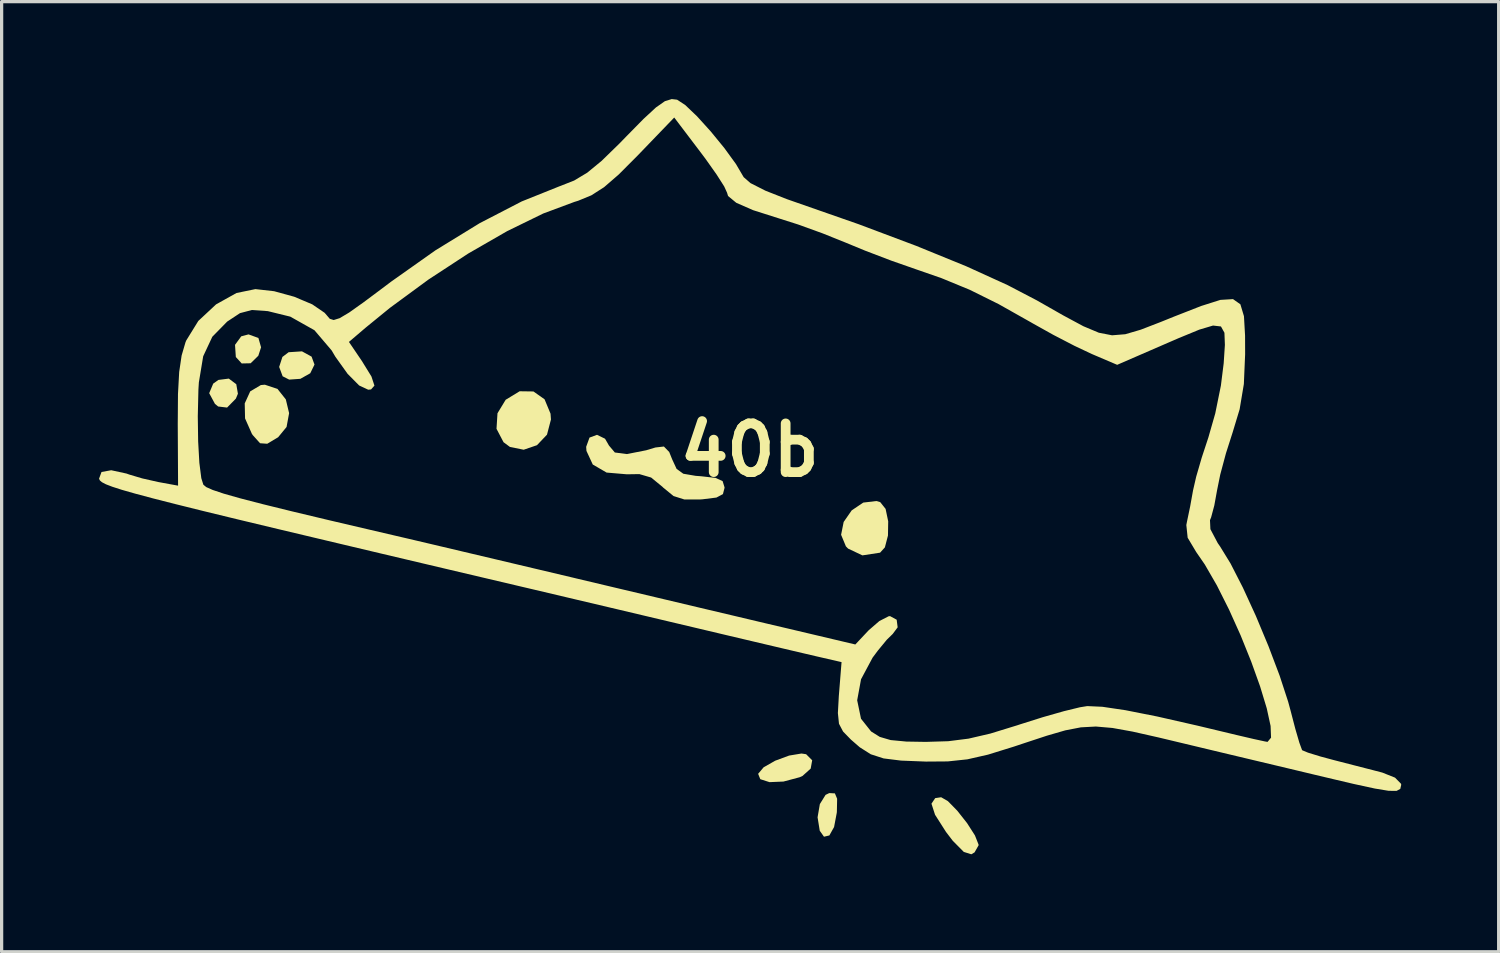
<source format=kicad_pcb>
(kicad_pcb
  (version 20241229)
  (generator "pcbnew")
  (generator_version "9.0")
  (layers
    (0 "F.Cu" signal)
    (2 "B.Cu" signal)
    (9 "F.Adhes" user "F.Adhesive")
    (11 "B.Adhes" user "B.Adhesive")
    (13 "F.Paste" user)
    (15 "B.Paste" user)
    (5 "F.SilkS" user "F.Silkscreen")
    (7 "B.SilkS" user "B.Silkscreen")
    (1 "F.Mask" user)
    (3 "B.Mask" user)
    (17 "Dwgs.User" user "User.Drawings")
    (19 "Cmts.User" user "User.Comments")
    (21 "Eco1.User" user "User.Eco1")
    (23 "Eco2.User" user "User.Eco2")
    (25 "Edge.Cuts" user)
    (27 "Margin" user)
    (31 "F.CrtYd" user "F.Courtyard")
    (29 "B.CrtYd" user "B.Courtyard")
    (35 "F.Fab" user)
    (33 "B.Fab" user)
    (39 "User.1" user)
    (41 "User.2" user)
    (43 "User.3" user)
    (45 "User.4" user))
  (footprint "40b"
    (layer "F.Cu")
    (at 20.029 10.806)
    (property "Reference" "40b" (at 0 0 0) (layer "F.SilkS") (effects (font (size 1.5 1.5) (thickness 0.3))))
    (attr board_only exclude_from_pos_files exclude_from_bom)
    (fp_poly (pts (xy -15.124 -3.452) (xy -15.042 -3.164) (xy -15.127 -2.904) (xy -15.363 -2.673) (xy -15.638 -2.667) (xy -15.819 -2.865) (xy -15.844 -3.24) (xy -15.653 -3.502) (xy -15.428 -3.562)) (stroke (width 0) (type solid)) (fill yes) (layer "F.SilkS"))
    (fp_poly (pts (xy -15.805 -2.028) (xy -15.755 -1.735) (xy -15.818 -1.584) (xy -16.088 -1.309) (xy -16.363 -1.342) (xy -16.462 -1.423) (xy -16.639 -1.752) (xy -16.515 -2.047) (xy -16.356 -2.16) (xy -16.035 -2.201)) (stroke (width 0) (type solid)) (fill yes) (layer "F.SilkS"))
    (fp_poly (pts (xy -13.487 -2.877) (xy -13.397 -2.633) (xy -13.528 -2.365) (xy -13.832 -2.194) (xy -14.177 -2.17) (xy -14.378 -2.272) (xy -14.485 -2.56) (xy -14.385 -2.868) (xy -14.193 -3.013) (xy -13.783 -3.04)) (stroke (width 0) (type solid)) (fill yes) (layer "F.SilkS"))
    (fp_poly (pts (xy 2.623 10.568) (xy 2.692 10.733) (xy 2.684 11.127) (xy 2.681 11.165) (xy 2.598 11.603) (xy 2.453 11.863) (xy 2.287 11.902) (xy 2.157 11.719) (xy 2.09 11.305) (xy 2.16 10.897) (xy 2.336 10.614) (xy 2.449 10.559)) (stroke (width 0) (type solid)) (fill yes) (layer "F.SilkS"))
    (fp_poly (pts (xy -6.657 -1.805) (xy -6.315 -1.564) (xy -6.131 -1.121) (xy -6.118 -0.942) (xy -6.24 -0.475) (xy -6.548 -0.151) (xy -6.957 -0.011) (xy -7.381 -0.097) (xy -7.578 -0.243) (xy -7.794 -0.655) (xy -7.764 -1.134) (xy -7.512 -1.549) (xy -7.082 -1.811)) (stroke (width 0) (type solid)) (fill yes) (layer "F.SilkS"))
    (fp_poly (pts (xy 1.737 9.362) (xy 1.924 9.549) (xy 1.878 9.805) (xy 1.625 10.032) (xy 1.539 10.071) (xy 1.04 10.204) (xy 0.61 10.222) (xy 0.326 10.131) (xy 0.26 9.966) (xy 0.429 9.765) (xy 0.786 9.562) (xy 1.214 9.404) (xy 1.594 9.341)) (stroke (width 0) (type solid)) (fill yes) (layer "F.SilkS"))
    (fp_poly (pts (xy -14.537 -1.884) (xy -14.28 -1.56) (xy -14.179 -1.137) (xy -14.257 -0.712) (xy -14.516 -0.396) (xy -14.852 -0.195) (xy -15.073 -0.211) (xy -15.296 -0.459) (xy -15.324 -0.499) (xy -15.535 -0.975) (xy -15.545 -1.438) (xy -15.376 -1.808) (xy -15.049 -2.002) (xy -14.926 -2.013)) (stroke (width 0) (type solid)) (fill yes) (layer "F.SilkS"))
    (fp_poly (pts (xy 4.017 1.601) (xy 4.184 1.81) (xy 4.264 2.194) (xy 4.257 2.63) (xy 4.162 2.995) (xy 4.014 3.158) (xy 3.47 3.241) (xy 3.03 3.033) (xy 2.962 2.964) (xy 2.814 2.607) (xy 2.893 2.212) (xy 3.14 1.856) (xy 3.496 1.616) (xy 3.901 1.568)) (stroke (width 0) (type solid)) (fill yes) (layer "F.SilkS"))
    (fp_poly (pts (xy 6.101 10.806) (xy 6.391 11.102) (xy 6.693 11.485) (xy 6.935 11.863) (xy 7.046 12.145) (xy 7.047 12.165) (xy 6.923 12.384) (xy 6.823 12.443) (xy 6.591 12.37) (xy 6.253 12.029) (xy 6.044 11.756) (xy 5.706 11.226) (xy 5.596 10.885) (xy 5.711 10.714) (xy 5.894 10.687)) (stroke (width 0) (type solid)) (fill yes) (layer "F.SilkS"))
    (fp_poly (pts (xy -4.453 -0.35) (xy -4.332 -0.14) (xy -4.151 0.074) (xy -3.779 0.122) (xy -3.184 0.005) (xy -2.902 -0.08) (xy -2.641 -0.11) (xy -2.477 0.059) (xy -2.387 0.283) (xy -2.25 0.579) (xy -2.043 0.728) (xy -1.661 0.793) (xy -1.498 0.805) (xy -1.049 0.856) (xy -0.833 0.956) (xy -0.775 1.145) (xy -0.774 1.162) (xy -0.824 1.355) (xy -1.023 1.461) (xy -1.446 1.514) (xy -1.513 1.519) (xy -2.009 1.521) (xy -2.344 1.415) (xy -2.662 1.155) (xy -2.685 1.131) (xy -3.034 0.845) (xy -3.397 0.739) (xy -3.782 0.745) (xy -4.405 0.692) (xy -4.831 0.444) (xy -5.025 0.025) (xy -5.034 -0.101) (xy -4.931 -0.385) (xy -4.7 -0.47)) (stroke (width 0) (type solid)) (fill yes) (layer "F.SilkS"))
    (fp_poly (pts (xy -2.235 -10.787) (xy -1.986 -10.624) (xy -1.621 -10.276) (xy -1.2 -9.811) (xy -0.781 -9.299) (xy -0.424 -8.808) (xy -0.189 -8.409) (xy -0.185 -8.402) (xy 0.025 -8.219) (xy 0.486 -7.985) (xy 1.146 -7.725) (xy 1.363 -7.649) (xy 3.353 -6.954) (xy 5.127 -6.287) (xy 6.664 -5.66) (xy 7.94 -5.079) (xy 8.84 -4.609) (xy 9.659 -4.143) (xy 10.273 -3.813) (xy 10.749 -3.613) (xy 11.156 -3.534) (xy 11.563 -3.567) (xy 12.037 -3.706) (xy 12.646 -3.941) (xy 13.067 -4.111) (xy 13.901 -4.437) (xy 14.491 -4.624) (xy 14.879 -4.648) (xy 15.106 -4.488) (xy 15.216 -4.122) (xy 15.25 -3.526) (xy 15.252 -2.952) (xy 15.213 -2.034) (xy 15.083 -1.257) (xy 14.87 -0.553) (xy 14.661 0.101) (xy 14.486 0.754) (xy 14.39 1.228) (xy 14.303 1.705) (xy 14.205 2.071) (xy 14.17 2.156) (xy 14.183 2.435) (xy 14.409 2.863) (xy 14.483 2.97) (xy 14.804 3.493) (xy 15.182 4.232) (xy 15.583 5.106) (xy 15.971 6.037) (xy 16.314 6.943) (xy 16.576 7.744) (xy 16.652 8.024) (xy 16.797 8.581) (xy 16.922 9.009) (xy 17.003 9.23) (xy 17.011 9.241) (xy 17.189 9.315) (xy 17.577 9.434) (xy 17.99 9.545) (xy 18.6 9.702) (xy 19.188 9.853) (xy 19.476 9.928) (xy 19.867 10.084) (xy 20.052 10.273) (xy 20.057 10.305) (xy 20.029 10.429) (xy 19.915 10.491) (xy 19.669 10.489) (xy 19.245 10.419) (xy 18.596 10.278) (xy 18.043 10.148) (xy 17.406 9.997) (xy 16.549 9.792) (xy 15.553 9.555) (xy 14.5 9.304) (xy 13.614 9.092) (xy 12.581 8.845) (xy 11.787 8.666) (xy 11.167 8.554) (xy 10.658 8.51) (xy 10.195 8.535) (xy 9.715 8.628) (xy 9.153 8.791) (xy 8.446 9.024) (xy 8.134 9.128) (xy 7.338 9.375) (xy 6.701 9.52) (xy 6.098 9.584) (xy 5.424 9.589) (xy 4.661 9.559) (xy 4.123 9.492) (xy 3.728 9.364) (xy 3.389 9.149) (xy 3.116 8.912) (xy 2.874 8.663) (xy 2.749 8.425) (xy 2.715 8.095) (xy 2.744 7.57) (xy 2.749 7.511) (xy 2.828 6.527) (xy 2.033 6.344) (xy 1.623 6.248) (xy 0.977 6.096) (xy 0.163 5.904) (xy -0.752 5.688) (xy -1.549 5.499) (xy -2.71 5.224) (xy -4.027 4.912) (xy -5.365 4.596) (xy -6.592 4.306) (xy -7.047 4.199) (xy -9.322 3.663) (xy -11.315 3.192) (xy -13.043 2.782) (xy -14.527 2.429) (xy -15.783 2.128) (xy -16.832 1.873) (xy -17.693 1.659) (xy -18.383 1.483) (xy -18.922 1.339) (xy -19.328 1.223) (xy -19.62 1.129) (xy -19.818 1.053) (xy -19.939 0.99) (xy -20.003 0.936) (xy -20.028 0.884) (xy -20.029 0.878) (xy -19.954 0.674) (xy -19.655 0.62) (xy -19.182 0.723) (xy -19.099 0.753) (xy -18.698 0.872) (xy -18.207 0.983) (xy -18.169 0.99) (xy -17.597 1.095) (xy -17.607 -0.808) (xy -17.605 -1.041) (xy -16.99 -1.041) (xy -16.979 -0.268) (xy -16.942 0.39) (xy -16.882 0.864) (xy -16.819 1.065) (xy -16.73 1.139) (xy -16.529 1.228) (xy -16.191 1.341) (xy -15.69 1.483) (xy -15 1.662) (xy -14.094 1.885) (xy -12.947 2.159) (xy -11.532 2.49) (xy -10.996 2.615) (xy -10.519 2.726) (xy -9.792 2.897) (xy -8.87 3.115) (xy -7.803 3.367) (xy -6.646 3.641) (xy -5.45 3.924) (xy -5.343 3.95) (xy -4.087 4.248) (xy -2.812 4.55) (xy -1.581 4.842) (xy -0.46 5.107) (xy 0.485 5.331) (xy 1.162 5.49) (xy 3.252 5.984) (xy 3.663 5.547) (xy 3.991 5.263) (xy 4.277 5.116) (xy 4.321 5.111) (xy 4.525 5.222) (xy 4.555 5.456) (xy 4.404 5.659) (xy 4.221 5.838) (xy 3.943 6.176) (xy 3.784 6.389) (xy 3.428 7.055) (xy 3.309 7.702) (xy 3.427 8.27) (xy 3.738 8.662) (xy 4.005 8.829) (xy 4.339 8.927) (xy 4.823 8.973) (xy 5.42 8.983) (xy 6.112 8.962) (xy 6.737 8.883) (xy 7.408 8.727) (xy 8.24 8.471) (xy 8.318 8.445) (xy 9.028 8.221) (xy 9.671 8.038) (xy 10.167 7.917) (xy 10.392 7.881) (xy 10.858 7.902) (xy 11.571 8.008) (xy 12.545 8.201) (xy 13.794 8.485) (xy 14.354 8.619) (xy 14.997 8.773) (xy 15.52 8.895) (xy 15.857 8.968) (xy 15.942 8.983) (xy 16.05 8.853) (xy 16.036 8.493) (xy 15.918 7.951) (xy 15.713 7.275) (xy 15.439 6.511) (xy 15.115 5.707) (xy 14.756 4.909) (xy 14.382 4.165) (xy 14.011 3.523) (xy 13.746 3.138) (xy 13.483 2.698) (xy 13.442 2.307) (xy 13.461 2.207) (xy 13.558 1.743) (xy 13.649 1.239) (xy 13.746 0.817) (xy 13.916 0.232) (xy 14.12 -0.387) (xy 14.333 -1.131) (xy 14.506 -1.985) (xy 14.592 -2.672) (xy 14.629 -3.238) (xy 14.615 -3.612) (xy 14.508 -3.806) (xy 14.264 -3.834) (xy 13.841 -3.708) (xy 13.198 -3.443) (xy 12.75 -3.249) (xy 11.313 -2.625) (xy 10.535 -2.957) (xy 10.006 -3.206) (xy 9.35 -3.546) (xy 8.705 -3.906) (xy 8.673 -3.925) (xy 7.66 -4.496) (xy 6.776 -4.934) (xy 5.905 -5.293) (xy 5.111 -5.569) (xy 4.373 -5.827) (xy 3.553 -6.14) (xy 2.947 -6.39) (xy 2.245 -6.672) (xy 1.491 -6.945) (xy 0.916 -7.128) (xy 0.108 -7.385) (xy -0.413 -7.613) (xy -0.666 -7.822) (xy -0.697 -7.924) (xy -0.785 -8.117) (xy -1.021 -8.487) (xy -1.36 -8.966) (xy -1.51 -9.166) (xy -2.323 -10.238) (xy -3.461 -9.056) (xy -4.035 -8.481) (xy -4.482 -8.094) (xy -4.874 -7.843) (xy -5.28 -7.676) (xy -5.397 -7.64) (xy -6.356 -7.283) (xy -7.467 -6.74) (xy -8.666 -6.05) (xy -9.89 -5.249) (xy -11.077 -4.377) (xy -11.821 -3.77) (xy -12.337 -3.33) (xy -11.938 -2.742) (xy -11.644 -2.265) (xy -11.552 -1.985) (xy -11.657 -1.867) (xy -11.744 -1.859) (xy -12.024 -1.99) (xy -12.379 -2.349) (xy -12.756 -2.876) (xy -12.871 -3.07) (xy -13.399 -3.69) (xy -14.142 -4.108) (xy -14.834 -4.278) (xy -15.326 -4.312) (xy -15.691 -4.216) (xy -16.085 -3.956) (xy -16.543 -3.489) (xy -16.824 -2.888) (xy -16.957 -2.084) (xy -16.971 -1.859) (xy -16.99 -1.041) (xy -17.605 -1.041) (xy -17.6 -1.726) (xy -17.563 -2.404) (xy -17.488 -2.911) (xy -17.37 -3.315) (xy -17.346 -3.374) (xy -16.974 -3.976) (xy -16.427 -4.486) (xy -15.799 -4.836) (xy -15.216 -4.956) (xy -14.64 -4.891) (xy -14.021 -4.721) (xy -13.467 -4.487) (xy -13.085 -4.226) (xy -13.023 -4.154) (xy -12.927 -4.042) (xy -12.807 -4.004) (xy -12.623 -4.061) (xy -12.33 -4.235) (xy -11.888 -4.549) (xy -11.253 -5.023) (xy -11.05 -5.177) (xy -9.678 -6.147) (xy -8.313 -6.985) (xy -7.018 -7.655) (xy -5.856 -8.121) (xy -5.836 -8.128) (xy -5.404 -8.298) (xy -5.001 -8.54) (xy -4.558 -8.904) (xy -4.007 -9.441) (xy -3.812 -9.642) (xy -3.269 -10.194) (xy -2.885 -10.549) (xy -2.611 -10.741) (xy -2.4 -10.806)) (stroke (width 0) (type solid)) (fill yes) (layer "F.SilkS")))
  (gr_rect
    (start -3 -3)
    (end 43.086 26.249)
    (stroke (width 0.1) (type default))
    (fill no)
    (layer "Edge.Cuts")))
</source>
